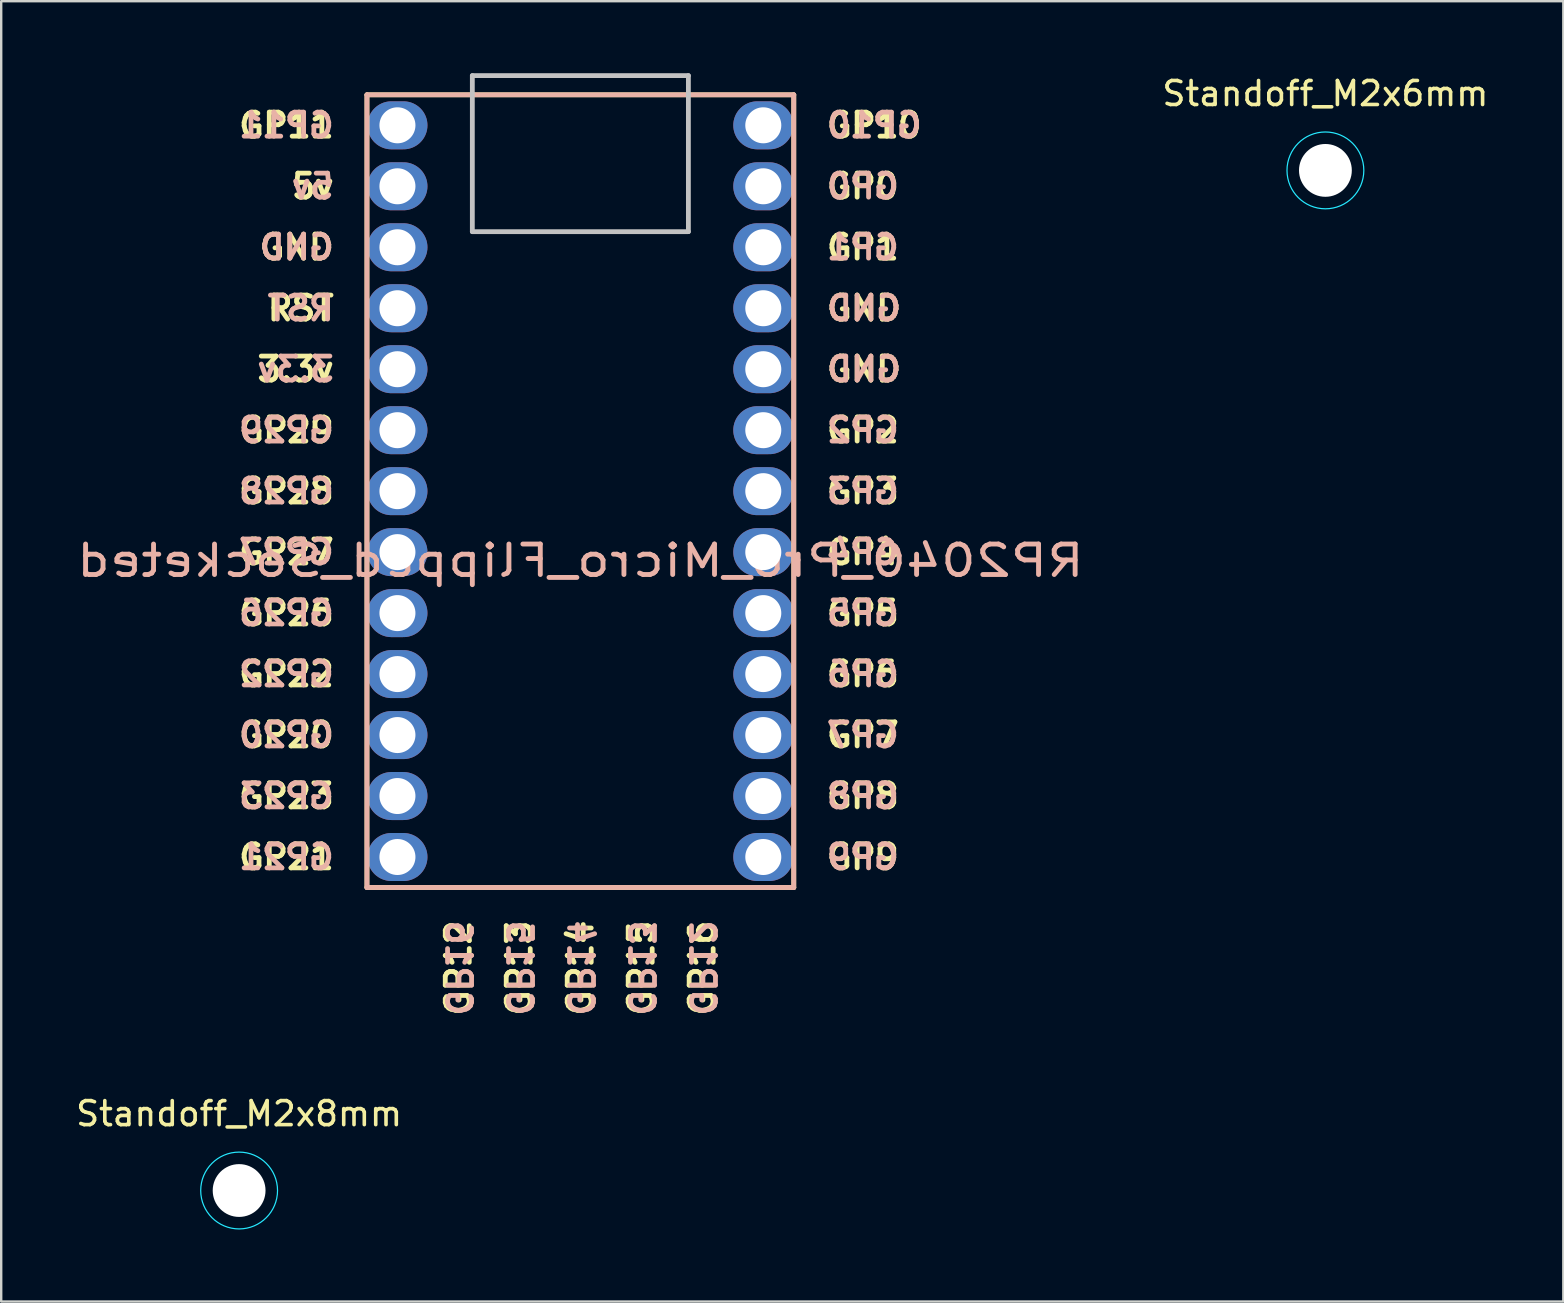
<source format=kicad_pcb>
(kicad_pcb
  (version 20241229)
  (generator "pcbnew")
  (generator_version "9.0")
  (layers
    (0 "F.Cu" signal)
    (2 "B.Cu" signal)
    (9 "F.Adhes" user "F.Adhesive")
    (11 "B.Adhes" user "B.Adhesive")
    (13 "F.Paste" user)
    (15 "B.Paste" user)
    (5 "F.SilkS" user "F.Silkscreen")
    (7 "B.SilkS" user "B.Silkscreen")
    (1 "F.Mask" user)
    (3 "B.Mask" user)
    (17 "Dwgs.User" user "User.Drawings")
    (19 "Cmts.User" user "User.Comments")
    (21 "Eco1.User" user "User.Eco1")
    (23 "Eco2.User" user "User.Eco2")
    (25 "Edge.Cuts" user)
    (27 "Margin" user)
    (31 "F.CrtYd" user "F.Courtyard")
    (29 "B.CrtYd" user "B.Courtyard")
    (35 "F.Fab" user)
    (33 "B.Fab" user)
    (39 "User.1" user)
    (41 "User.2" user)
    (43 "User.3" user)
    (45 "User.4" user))
  (footprint "RP2040_Pro_Micro_Flipped_Socketed"
    (layer "F.Cu")
    (at 21.126 18.68)
    (property "Reference" "RP2040_Pro_Micro_Flipped_Socketed" (at 0 1.625 0) (layer "B.SilkS") (effects (font (size 1.27 1.524) (thickness 0.203)) (justify mirror)))
    (attr through_hole)
    (fp_line (start -8.89 -17.78) (end -8.89 15.24) (stroke (width 0.2) (type solid)) (layer "F.SilkS"))
    (fp_line (start -8.89 15.24) (end 8.89 15.24) (stroke (width 0.2) (type solid)) (layer "F.SilkS"))
    (fp_line (start 8.89 -17.78) (end -8.89 -17.78) (stroke (width 0.2) (type solid)) (layer "F.SilkS"))
    (fp_line (start 8.89 15.24) (end 8.89 -17.78) (stroke (width 0.2) (type solid)) (layer "F.SilkS"))
    (fp_line (start -8.89 -17.78) (end -8.89 15.24) (stroke (width 0.2) (type solid)) (layer "B.SilkS"))
    (fp_line (start -8.89 15.24) (end 8.89 15.24) (stroke (width 0.2) (type solid)) (layer "B.SilkS"))
    (fp_line (start 8.89 -17.78) (end -8.89 -17.78) (stroke (width 0.2) (type solid)) (layer "B.SilkS"))
    (fp_line (start 8.89 15.24) (end 8.89 -17.78) (stroke (width 0.2) (type solid)) (layer "B.SilkS"))
    (fp_line (start -4.5 -18.58) (end -4.5 -12.08) (stroke (width 0.2) (type default)) (layer "Dwgs.User"))
    (fp_line (start -4.5 -18.58) (end 4.5 -18.58) (stroke (width 0.2) (type default)) (layer "Dwgs.User"))
    (fp_line (start -4.5 -12.08) (end 4.5 -12.08) (stroke (width 0.2) (type default)) (layer "Dwgs.User"))
    (fp_line (start 4.5 -18.58) (end 4.5 -12.08) (stroke (width 0.2) (type default)) (layer "Dwgs.User"))
    (fp_text user "GP13" (at -2.54 16.51 90) (unlocked yes) (layer "F.SilkS") (effects (font (size 1 1) (thickness 0.2) (bold yes)) (justify right)))
    (fp_text user "GP0" (at 10.16 -13.97 0) (unlocked yes) (layer "F.SilkS") (effects (font (size 1 1) (thickness 0.2) (bold yes)) (justify left)))
    (fp_text user "GP2" (at 10.16 -3.81 0) (unlocked yes) (layer "F.SilkS") (effects (font (size 1 1) (thickness 0.2) (bold yes)) (justify left)))
    (fp_text user "GP15" (at 2.54 16.51 90) (unlocked yes) (layer "F.SilkS") (effects (font (size 1 1) (thickness 0.2) (bold yes)) (justify right)))
    (fp_text user "GP10" (at 10.16 -16.51 0) (unlocked yes) (layer "F.SilkS") (effects (font (size 1 1) (thickness 0.2) (bold yes)) (justify left)))
    (fp_text user "GP5" (at 10.16 3.81 0) (unlocked yes) (layer "F.SilkS") (effects (font (size 1 1) (thickness 0.2) (bold yes)) (justify left)))
    (fp_text user "GP28" (at -10.16 -1.27 0) (unlocked yes) (layer "F.SilkS") (effects (font (size 1 1) (thickness 0.2) (bold yes)) (justify right)))
    (fp_text user "GP9" (at 10.16 13.97 0) (unlocked yes) (layer "F.SilkS") (effects (font (size 1 1) (thickness 0.2) (bold yes)) (justify left)))
    (fp_text user "5v" (at -10.16 -13.97 0) (unlocked yes) (layer "F.SilkS") (effects (font (size 1 1) (thickness 0.2) (bold yes)) (justify right)))
    (fp_text user "GP1" (at 10.16 -11.43 0) (unlocked yes) (layer "F.SilkS") (effects (font (size 1 1) (thickness 0.2) (bold yes)) (justify left)))
    (fp_text user "GP16" (at 5.08 16.51 90) (unlocked yes) (layer "F.SilkS") (effects (font (size 1 1) (thickness 0.2) (bold yes)) (justify right)))
    (fp_text user "GP22" (at -10.16 6.35 0) (unlocked yes) (layer "F.SilkS") (effects (font (size 1 1) (thickness 0.2) (bold yes)) (justify right)))
    (fp_text user "GP4" (at 10.16 1.27 0) (unlocked yes) (layer "F.SilkS") (effects (font (size 1 1) (thickness 0.2) (bold yes)) (justify left)))
    (fp_text user "GP21" (at -10.16 13.97 0) (unlocked yes) (layer "F.SilkS") (effects (font (size 1 1) (thickness 0.2) (bold yes)) (justify right)))
    (fp_text user "GP11" (at -10.16 -16.51 0) (unlocked yes) (layer "F.SilkS") (effects (font (size 1 1) (thickness 0.2) (bold yes)) (justify right)))
    (fp_text user "GP26" (at -10.16 3.81 0) (unlocked yes) (layer "F.SilkS") (effects (font (size 1 1) (thickness 0.2) (bold yes)) (justify right)))
    (fp_text user "RST" (at -10.16 -8.89 0) (unlocked yes) (layer "F.SilkS") (effects (font (size 1 1) (thickness 0.2) (bold yes)) (justify right)))
    (fp_text user "GP6" (at 10.16 6.35 0) (unlocked yes) (layer "F.SilkS") (effects (font (size 1 1) (thickness 0.2) (bold yes)) (justify left)))
    (fp_text user "GP27" (at -10.16 1.27 0) (unlocked yes) (layer "F.SilkS") (effects (font (size 1 1) (thickness 0.2) (bold yes)) (justify right)))
    (fp_text user "3.3v" (at -10.16 -6.35 0) (unlocked yes) (layer "F.SilkS") (effects (font (size 1 1) (thickness 0.2) (bold yes)) (justify right)))
    (fp_text user "GND" (at 10.16 -6.35 0) (unlocked yes) (layer "F.SilkS") (effects (font (size 1 1) (thickness 0.2) (bold yes)) (justify left)))
    (fp_text user "GP20" (at -10.16 8.89 0) (unlocked yes) (layer "F.SilkS") (effects (font (size 1 1) (thickness 0.2) (bold yes)) (justify right)))
    (fp_text user "GP23" (at -10.16 11.43 0) (unlocked yes) (layer "F.SilkS") (effects (font (size 1 1) (thickness 0.2) (bold yes)) (justify right)))
    (fp_text user "GND" (at 10.16 -8.89 0) (unlocked yes) (layer "F.SilkS") (effects (font (size 1 1) (thickness 0.2) (bold yes)) (justify left)))
    (fp_text user "GP3" (at 10.16 -1.27 0) (unlocked yes) (layer "F.SilkS") (effects (font (size 1 1) (thickness 0.2) (bold yes)) (justify left)))
    (fp_text user "GP12" (at -5.08 16.51 90) (unlocked yes) (layer "F.SilkS") (effects (font (size 1 1) (thickness 0.2) (bold yes)) (justify right)))
    (fp_text user "GP7" (at 10.16 8.89 0) (unlocked yes) (layer "F.SilkS") (effects (font (size 1 1) (thickness 0.2) (bold yes)) (justify left)))
    (fp_text user "GP8" (at 10.16 11.43 0) (unlocked yes) (layer "F.SilkS") (effects (font (size 1 1) (thickness 0.2) (bold yes)) (justify left)))
    (fp_text user "GND" (at -10.16 -11.43 0) (unlocked yes) (layer "F.SilkS") (effects (font (size 1 1) (thickness 0.2) (bold yes)) (justify right)))
    (fp_text user "GP29" (at -10.16 -3.81 0) (unlocked yes) (layer "F.SilkS") (effects (font (size 1 1) (thickness 0.2) (bold yes)) (justify right)))
    (fp_text user "GP14" (at 0 16.51 90) (unlocked yes) (layer "F.SilkS") (effects (font (size 1 1) (thickness 0.2) (bold yes)) (justify right)))
    (fp_text user "GP2" (at 10.16 -3.81 0) (unlocked yes) (layer "B.SilkS") (effects (font (size 1 1) (thickness 0.2) (bold yes)) (justify right mirror)))
    (fp_text user "GND" (at -10.16 -11.43 0) (unlocked yes) (layer "B.SilkS") (effects (font (size 1 1) (thickness 0.2) (bold yes)) (justify left mirror)))
    (fp_text user "RST" (at -10.16 -8.89 0) (unlocked yes) (layer "B.SilkS") (effects (font (size 1 1) (thickness 0.2) (bold yes)) (justify left mirror)))
    (fp_text user "GP14" (at 0 16.51 270) (unlocked yes) (layer "B.SilkS") (effects (font (size 1 1) (thickness 0.2) (bold yes)) (justify right mirror)))
    (fp_text user "GP8" (at 10.16 11.43 0) (unlocked yes) (layer "B.SilkS") (effects (font (size 1 1) (thickness 0.2) (bold yes)) (justify right mirror)))
    (fp_text user "GP3" (at 10.16 -1.27 0) (unlocked yes) (layer "B.SilkS") (effects (font (size 1 1) (thickness 0.2) (bold yes)) (justify right mirror)))
    (fp_text user "GP20" (at -10.16 8.89 0) (unlocked yes) (layer "B.SilkS") (effects (font (size 1 1) (thickness 0.2) (bold yes)) (justify left mirror)))
    (fp_text user "GP13" (at 2.54 16.51 270) (unlocked yes) (layer "B.SilkS") (effects (font (size 1 1) (thickness 0.2) (bold yes)) (justify right mirror)))
    (fp_text user "GP16" (at -5.08 16.51 270) (unlocked yes) (layer "B.SilkS") (effects (font (size 1 1) (thickness 0.2) (bold yes)) (justify right mirror)))
    (fp_text user "GP10" (at 10.16 -16.51 0) (unlocked yes) (layer "B.SilkS") (effects (font (size 1 1) (thickness 0.2) (bold yes)) (justify right mirror)))
    (fp_text user "GP9" (at 10.16 13.97 0) (unlocked yes) (layer "B.SilkS") (effects (font (size 1 1) (thickness 0.2) (bold yes)) (justify right mirror)))
    (fp_text user "5v" (at -10.16 -13.97 0) (unlocked yes) (layer "B.SilkS") (effects (font (size 1 1) (thickness 0.2) (bold yes)) (justify left mirror)))
    (fp_text user "GP6" (at 10.16 6.35 0) (unlocked yes) (layer "B.SilkS") (effects (font (size 1 1) (thickness 0.2) (bold yes)) (justify right mirror)))
    (fp_text user "GND" (at 10.16 -8.89 0) (unlocked yes) (layer "B.SilkS") (effects (font (size 1 1) (thickness 0.2) (bold yes)) (justify right mirror)))
    (fp_text user "GP26" (at -10.16 3.81 0) (unlocked yes) (layer "B.SilkS") (effects (font (size 1 1) (thickness 0.2) (bold yes)) (justify left mirror)))
    (fp_text user "GP21" (at -10.16 13.97 0) (unlocked yes) (layer "B.SilkS") (effects (font (size 1 1) (thickness 0.2) (bold yes)) (justify left mirror)))
    (fp_text user "GP5" (at 10.16 3.81 0) (unlocked yes) (layer "B.SilkS") (effects (font (size 1 1) (thickness 0.2) (bold yes)) (justify right mirror)))
    (fp_text user "GP23" (at -10.16 11.43 0) (unlocked yes) (layer "B.SilkS") (effects (font (size 1 1) (thickness 0.2) (bold yes)) (justify left mirror)))
    (fp_text user "GP0" (at 10.16 -13.97 0) (unlocked yes) (layer "B.SilkS") (effects (font (size 1 1) (thickness 0.2) (bold yes)) (justify right mirror)))
    (fp_text user "GP11" (at -10.16 -16.51 0) (unlocked yes) (layer "B.SilkS") (effects (font (size 1 1) (thickness 0.2) (bold yes)) (justify left mirror)))
    (fp_text user "GP15" (at -2.54 16.51 270) (unlocked yes) (layer "B.SilkS") (effects (font (size 1 1) (thickness 0.2) (bold yes)) (justify right mirror)))
    (fp_text user "3.3v" (at -10.16 -6.35 0) (unlocked yes) (layer "B.SilkS") (effects (font (size 1 1) (thickness 0.2) (bold yes)) (justify left mirror)))
    (fp_text user "GP7" (at 10.16 8.89 0) (unlocked yes) (layer "B.SilkS") (effects (font (size 1 1) (thickness 0.2) (bold yes)) (justify right mirror)))
    (fp_text user "GP4" (at 10.16 1.27 0) (unlocked yes) (layer "B.SilkS") (effects (font (size 1 1) (thickness 0.2) (bold yes)) (justify right mirror)))
    (fp_text user "GND" (at 10.16 -6.35 0) (unlocked yes) (layer "B.SilkS") (effects (font (size 1 1) (thickness 0.2) (bold yes)) (justify right mirror)))
    (fp_text user "GP1" (at 10.16 -11.43 0) (unlocked yes) (layer "B.SilkS") (effects (font (size 1 1) (thickness 0.2) (bold yes)) (justify right mirror)))
    (fp_text user "GP12" (at 5.08 16.51 270) (unlocked yes) (layer "B.SilkS") (effects (font (size 1 1) (thickness 0.2) (bold yes)) (justify right mirror)))
    (fp_text user "GP28" (at -10.16 -1.27 0) (unlocked yes) (layer "B.SilkS") (effects (font (size 1 1) (thickness 0.2) (bold yes)) (justify left mirror)))
    (fp_text user "GP29" (at -10.16 -3.81 0) (unlocked yes) (layer "B.SilkS") (effects (font (size 1 1) (thickness 0.2) (bold yes)) (justify left mirror)))
    (fp_text user "GP22" (at -10.16 6.35 0) (unlocked yes) (layer "B.SilkS") (effects (font (size 1 1) (thickness 0.2) (bold yes)) (justify left mirror)))
    (fp_text user "GP27" (at -10.16 1.27 0) (unlocked yes) (layer "B.SilkS") (effects (font (size 1 1) (thickness 0.2) (bold yes)) (justify left mirror)))
    (pad "1" thru_hole oval (at 7.62 -16.51 90) (size 2 2.5) (drill 1.5) (layers "*.Cu" "*.Mask"))
    (pad "2" thru_hole oval (at 7.62 -13.97 90) (size 2 2.5) (drill 1.5) (layers "*.Cu" "*.Mask"))
    (pad "3" thru_hole oval (at 7.62 -11.43 90) (size 2 2.5) (drill 1.5) (layers "*.Cu" "*.Mask"))
    (pad "4" thru_hole oval (at 7.62 -8.89 90) (size 2 2.5) (drill 1.5) (layers "*.Cu" "*.Mask"))
    (pad "5" thru_hole oval (at 7.62 -6.35 90) (size 2 2.5) (drill 1.5) (layers "*.Cu" "*.Mask"))
    (pad "6" thru_hole oval (at 7.62 -3.81 90) (size 2 2.5) (drill 1.5) (layers "*.Cu" "*.Mask"))
    (pad "7" thru_hole oval (at 7.62 -1.27 90) (size 2 2.5) (drill 1.5) (layers "*.Cu" "*.Mask"))
    (pad "8" thru_hole oval (at 7.62 1.27 90) (size 2 2.5) (drill 1.5) (layers "*.Cu" "*.Mask"))
    (pad "9" thru_hole oval (at 7.62 3.81 90) (size 2 2.5) (drill 1.5) (layers "*.Cu" "*.Mask"))
    (pad "10" thru_hole oval (at 7.62 6.35 90) (size 2 2.5) (drill 1.5) (layers "*.Cu" "*.Mask"))
    (pad "11" thru_hole oval (at 7.62 8.89 90) (size 2 2.5) (drill 1.5) (layers "*.Cu" "*.Mask"))
    (pad "12" thru_hole oval (at 7.62 11.43 90) (size 2 2.5) (drill 1.5) (layers "*.Cu" "*.Mask"))
    (pad "13" thru_hole oval (at 7.62 13.97 90) (size 2 2.5) (drill 1.5) (layers "*.Cu" "*.Mask"))
    (pad "19" thru_hole oval (at -7.62 13.97 90) (size 2 2.5) (drill 1.5) (layers "*.Cu" "*.Mask"))
    (pad "20" thru_hole oval (at -7.62 11.43 90) (size 2 2.5) (drill 1.5) (layers "*.Cu" "*.Mask"))
    (pad "21" thru_hole oval (at -7.62 8.89 90) (size 2 2.5) (drill 1.5) (layers "*.Cu" "*.Mask"))
    (pad "22" thru_hole oval (at -7.62 6.35 90) (size 2 2.5) (drill 1.5) (layers "*.Cu" "*.Mask"))
    (pad "23" thru_hole oval (at -7.62 3.81 90) (size 2 2.5) (drill 1.5) (layers "*.Cu" "*.Mask"))
    (pad "24" thru_hole oval (at -7.62 1.27 90) (size 2 2.5) (drill 1.5) (layers "*.Cu" "*.Mask"))
    (pad "25" thru_hole oval (at -7.62 -1.27 90) (size 2 2.5) (drill 1.5) (layers "*.Cu" "*.Mask"))
    (pad "26" thru_hole oval (at -7.62 -3.81 90) (size 2 2.5) (drill 1.5) (layers "*.Cu" "*.Mask"))
    (pad "27" thru_hole oval (at -7.62 -6.35 90) (size 2 2.5) (drill 1.5) (layers "*.Cu" "*.Mask"))
    (pad "28" thru_hole oval (at -7.62 -8.89 90) (size 2 2.5) (drill 1.5) (layers "*.Cu" "*.Mask"))
    (pad "29" thru_hole oval (at -7.62 -11.43 90) (size 2 2.5) (drill 1.5) (layers "*.Cu" "*.Mask"))
    (pad "30" thru_hole oval (at -7.62 -13.97 90) (size 2 2.5) (drill 1.5) (layers "*.Cu" "*.Mask"))
    (pad "31" thru_hole oval (at -7.62 -16.51 90) (size 2 2.5) (drill 1.5) (layers "*.Cu" "*.Mask")))
  (footprint "Standoff_M2x6mm"
    (layer "F.Cu")
    (at 52.162 4.048)
    (property "Reference" "Standoff_M2x6mm" (at 0 -3.2 0) (layer "F.SilkS") (effects (font (size 1 1) (thickness 0.15))))
    (attr exclude_from_pos_files exclude_from_bom)
    (fp_circle (center 0 0) (end 1.6 0) (stroke (width 0.05) (type default)) (fill no) (layer "B.CrtYd"))
    (pad "" np_thru_hole circle (at 0 0) (size 2.2 2.2) (drill 2.2) (layers "*.Cu" "*.Mask")))
  (footprint "Standoff_M2x8mm"
    (layer "F.Cu")
    (at 6.911 46.543)
    (property "Reference" "Standoff_M2x8mm" (at 0 -3.2 0) (layer "F.SilkS") (effects (font (size 1 1) (thickness 0.15))))
    (attr exclude_from_pos_files exclude_from_bom)
    (fp_circle (center 0 0) (end 1.6 0) (stroke (width 0.05) (type default)) (fill no) (layer "B.CrtYd"))
    (pad "" np_thru_hole circle (at 0 0) (size 2.2 2.2) (drill 2.2) (layers "*.Cu" "*.Mask")))
  (gr_rect
    (start -3 -3)
    (end 62.073 51.168)
    (stroke (width 0.1) (type default))
    (fill no)
    (layer "Edge.Cuts")))
</source>
